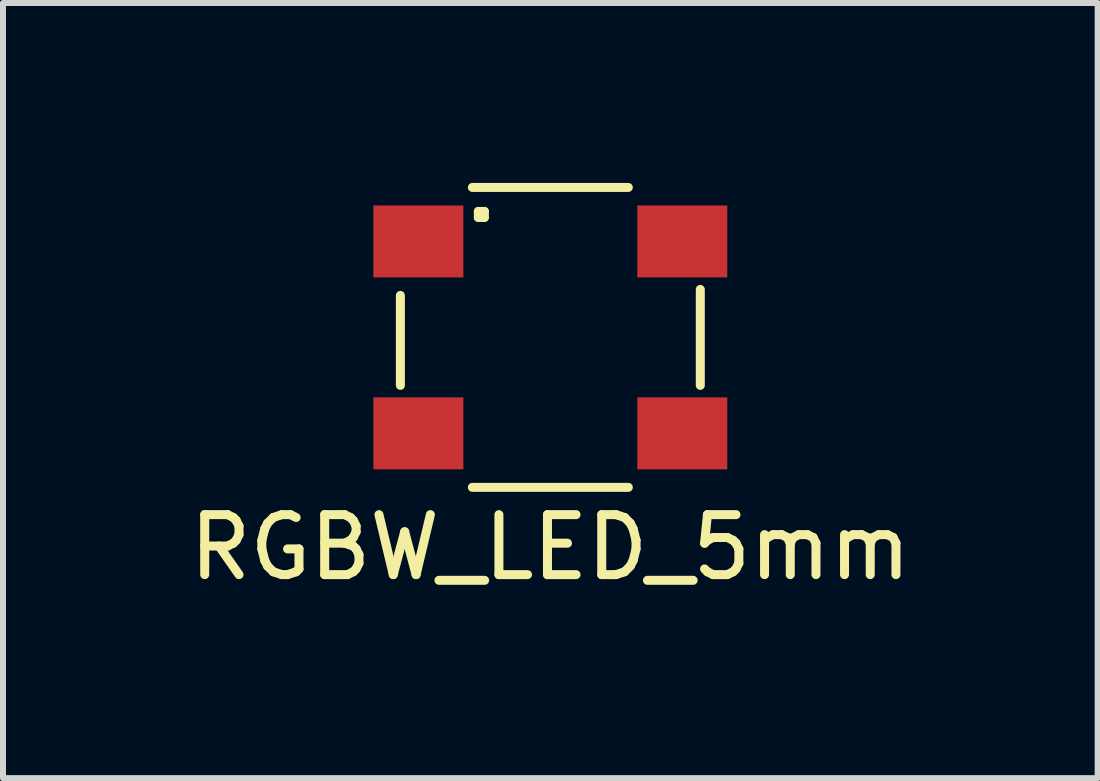
<source format=kicad_pcb>
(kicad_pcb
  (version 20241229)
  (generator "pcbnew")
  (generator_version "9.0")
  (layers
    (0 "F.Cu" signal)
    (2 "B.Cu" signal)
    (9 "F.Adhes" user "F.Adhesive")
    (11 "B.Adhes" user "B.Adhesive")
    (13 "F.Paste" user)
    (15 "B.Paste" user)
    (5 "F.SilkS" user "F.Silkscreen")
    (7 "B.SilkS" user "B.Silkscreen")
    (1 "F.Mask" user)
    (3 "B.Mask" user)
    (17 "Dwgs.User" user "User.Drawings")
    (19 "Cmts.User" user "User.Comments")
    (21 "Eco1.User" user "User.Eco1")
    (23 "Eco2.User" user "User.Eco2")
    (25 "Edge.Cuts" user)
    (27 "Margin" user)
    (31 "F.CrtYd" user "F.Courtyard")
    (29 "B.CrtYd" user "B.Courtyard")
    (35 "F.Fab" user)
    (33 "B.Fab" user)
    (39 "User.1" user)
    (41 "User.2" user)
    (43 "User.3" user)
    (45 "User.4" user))
  (footprint "RGBW_LED_5mm"
    (layer "F.Cu")
    (at 6.125 2.575)
    (property "Reference" "RGBW_LED_5mm" (at 0 3.5 0) (layer "F.SilkS") (effects (font (size 1 1) (thickness 0.15))))
    (attr through_hole)
    (fp_line (start -2.5 -0.7) (end -2.5 0.8) (stroke (width 0.15) (type solid)) (layer "F.SilkS"))
    (fp_line (start -1.3 -2.5) (end 1.3 -2.5) (stroke (width 0.15) (type solid)) (layer "F.SilkS"))
    (fp_line (start -1.2 -2.1) (end -1.1 -2.1) (stroke (width 0.15) (type solid)) (layer "F.SilkS"))
    (fp_line (start -1.2 -2) (end -1.2 -2.1) (stroke (width 0.15) (type solid)) (layer "F.SilkS"))
    (fp_line (start -1.1 -2.1) (end -1.1 -2) (stroke (width 0.15) (type solid)) (layer "F.SilkS"))
    (fp_line (start -1.1 -2) (end -1.2 -2) (stroke (width 0.15) (type solid)) (layer "F.SilkS"))
    (fp_line (start 1.3 2.5) (end -1.3 2.5) (stroke (width 0.15) (type solid)) (layer "F.SilkS"))
    (fp_line (start 2.5 -0.8) (end 2.5 0.8) (stroke (width 0.15) (type solid)) (layer "F.SilkS"))
    (pad "1" smd rect (at -2.2 -1.6) (size 1.5 1.2) (layers "F.Cu" "F.Mask" "F.Paste"))
    (pad "2" smd rect (at -2.2 1.6) (size 1.5 1.2) (layers "F.Cu" "F.Mask" "F.Paste"))
    (pad "3" smd rect (at 2.2 1.6) (size 1.5 1.2) (layers "F.Cu" "F.Mask" "F.Paste"))
    (pad "4" smd rect (at 2.2 -1.6) (size 1.5 1.2) (layers "F.Cu" "F.Mask" "F.Paste")))
  (gr_rect
    (start -3 -3)
    (end 15.25 9.923)
    (stroke (width 0.1) (type default))
    (fill no)
    (layer "Edge.Cuts")))
</source>
